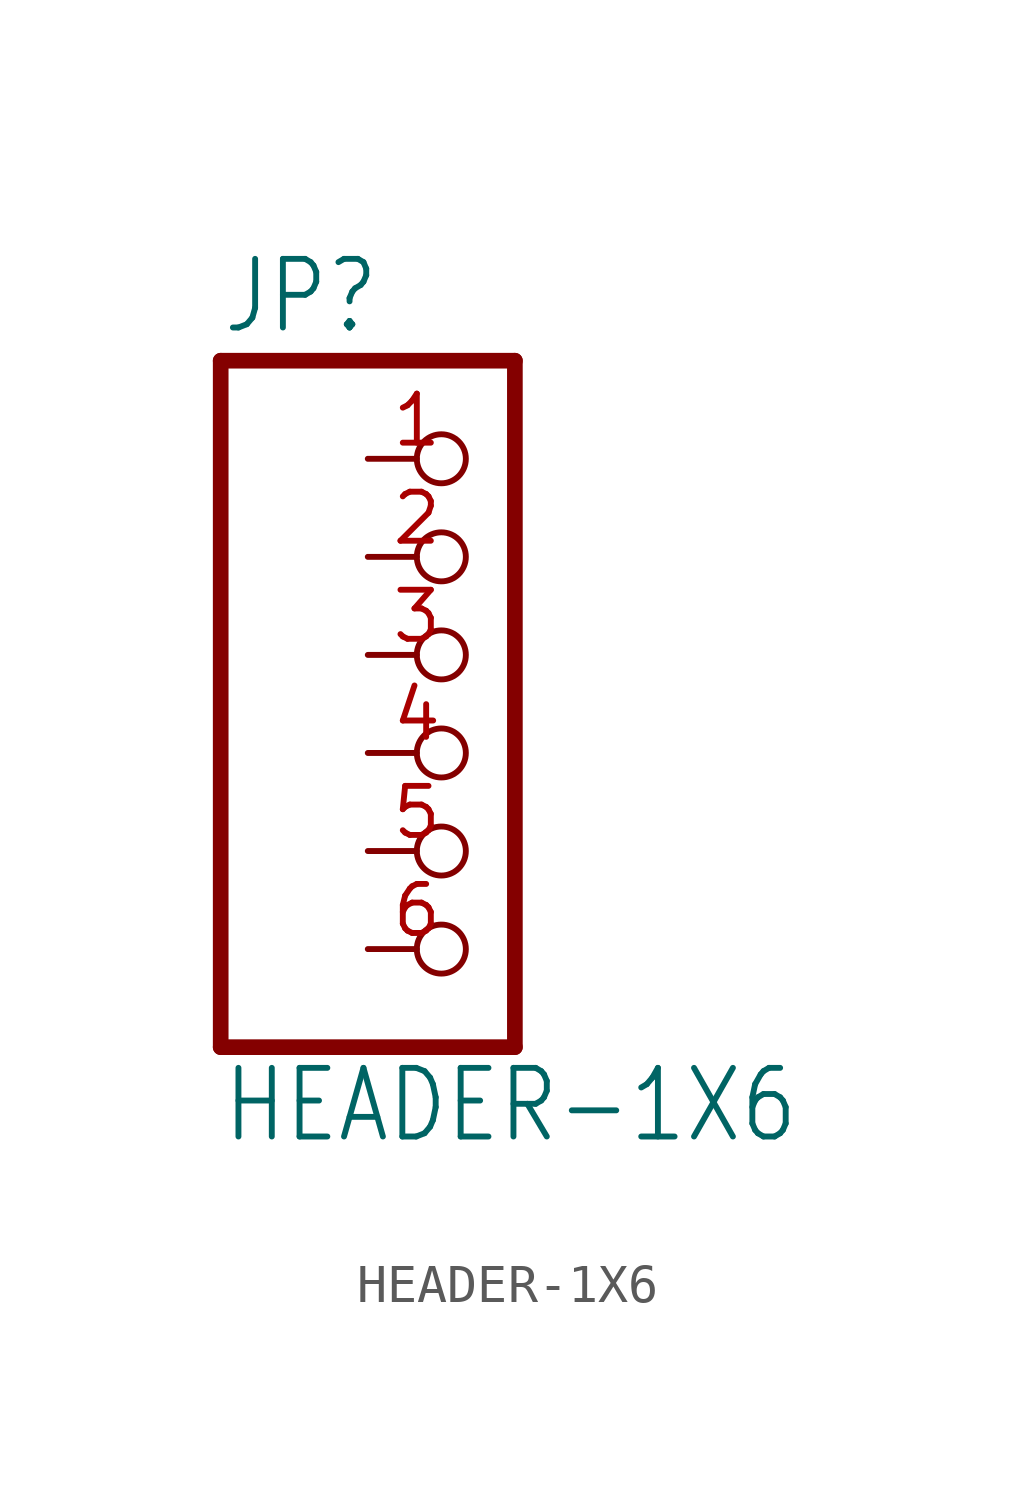
<source format=kicad_sym>
(kicad_symbol_lib
  (version 20211014)
  (generator kicad_symbol_editor)
  (symbol "HEADER-1X6"
    (property "Reference" "JP"
      (at -6.35 10.795 0)
      (effects (font (size 1.778 1.511)) (justify left bottom)))
    (property "Value" "HEADER-1X6"
      (at -6.35 -10.16 0)
      (effects (font (size 1.778 1.511)) (justify left bottom)))
    (property "ki_locked" ""
      (at 0 0 0)
      (effects (font (size 1.27 1.27))))
    (symbol "HEADER-1X6_1_0"
      (polyline (pts (xy -6.35 -7.62) (xy 1.27 -7.62)) (stroke (width 0.406) (type default) (color 0 0 0 0)) (fill (type none)))
      (polyline (pts (xy -6.35 10.16) (xy -6.35 -7.62)) (stroke (width 0.406) (type default) (color 0 0 0 0)) (fill (type none)))
      (polyline (pts (xy 1.27 -7.62) (xy 1.27 10.16)) (stroke (width 0.406) (type default) (color 0 0 0 0)) (fill (type none)))
      (polyline (pts (xy 1.27 10.16) (xy -6.35 10.16)) (stroke (width 0.406) (type default) (color 0 0 0 0)) (fill (type none)))
      (pin passive inverted (at -2.54 7.62 0) (length 2.54) (name "1" (effects (font (size 0 0)))) (number "1" (effects (font (size 1.27 1.27)))))
      (pin passive inverted (at -2.54 5.08 0) (length 2.54) (name "2" (effects (font (size 0 0)))) (number "2" (effects (font (size 1.27 1.27)))))
      (pin passive inverted (at -2.54 2.54 0) (length 2.54) (name "3" (effects (font (size 0 0)))) (number "3" (effects (font (size 1.27 1.27)))))
      (pin passive inverted (at -2.54 0 0) (length 2.54) (name "4" (effects (font (size 0 0)))) (number "4" (effects (font (size 1.27 1.27)))))
      (pin passive inverted (at -2.54 -2.54 0) (length 2.54) (name "5" (effects (font (size 0 0)))) (number "5" (effects (font (size 1.27 1.27)))))
      (pin passive inverted (at -2.54 -5.08 0) (length 2.54) (name "6" (effects (font (size 0 0)))) (number "6" (effects (font (size 1.27 1.27))))))))
</source>
